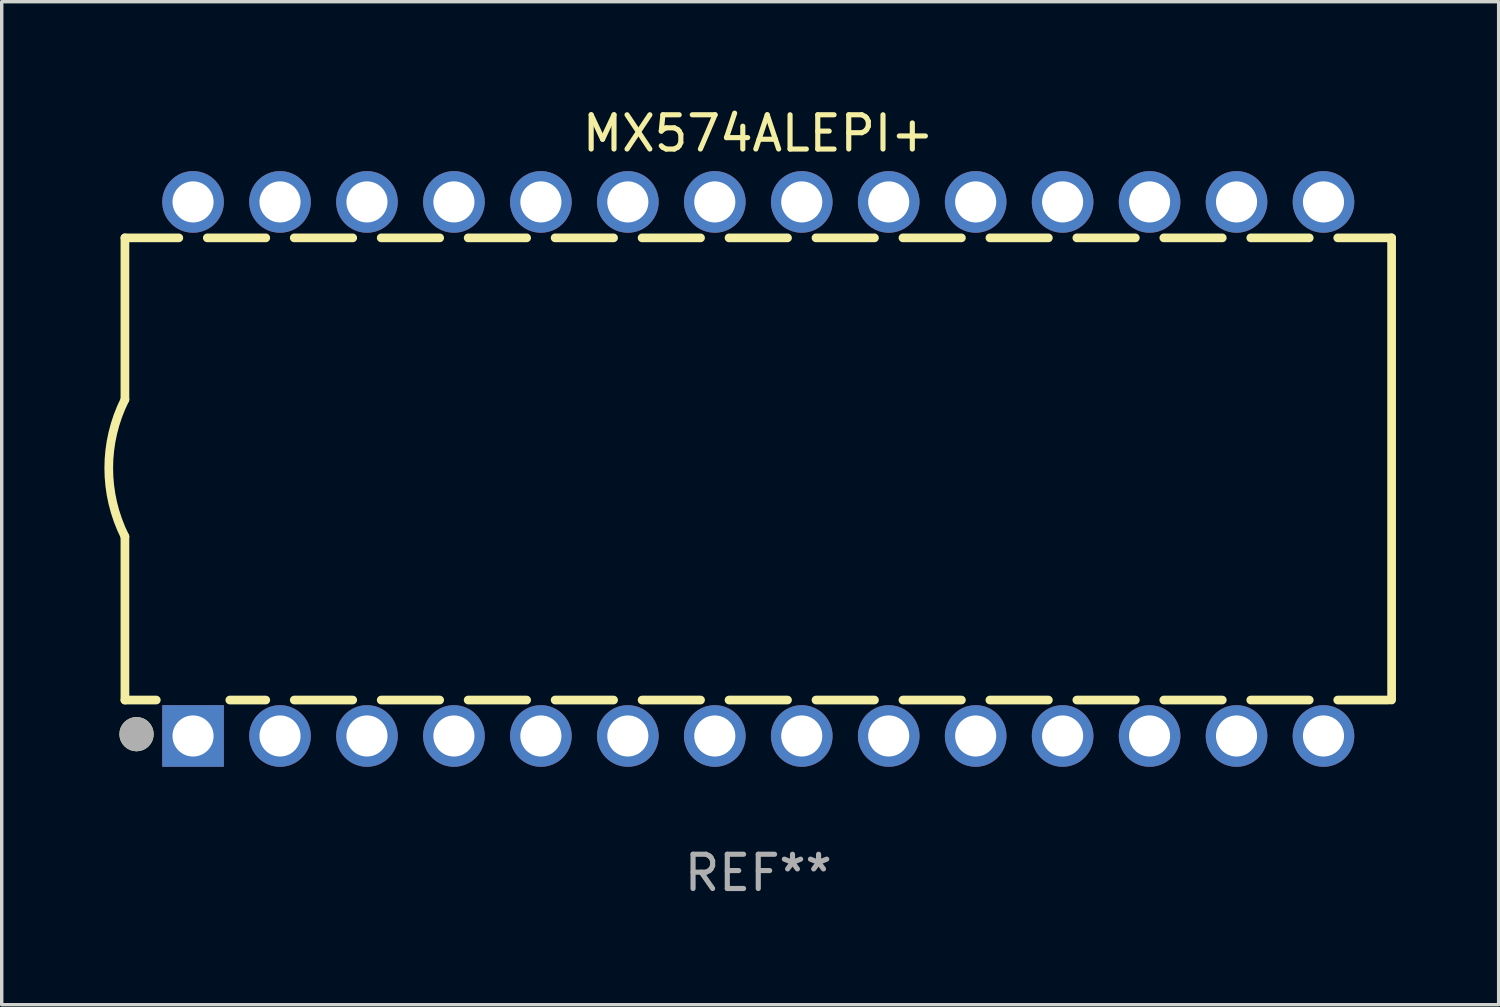
<source format=kicad_pcb>
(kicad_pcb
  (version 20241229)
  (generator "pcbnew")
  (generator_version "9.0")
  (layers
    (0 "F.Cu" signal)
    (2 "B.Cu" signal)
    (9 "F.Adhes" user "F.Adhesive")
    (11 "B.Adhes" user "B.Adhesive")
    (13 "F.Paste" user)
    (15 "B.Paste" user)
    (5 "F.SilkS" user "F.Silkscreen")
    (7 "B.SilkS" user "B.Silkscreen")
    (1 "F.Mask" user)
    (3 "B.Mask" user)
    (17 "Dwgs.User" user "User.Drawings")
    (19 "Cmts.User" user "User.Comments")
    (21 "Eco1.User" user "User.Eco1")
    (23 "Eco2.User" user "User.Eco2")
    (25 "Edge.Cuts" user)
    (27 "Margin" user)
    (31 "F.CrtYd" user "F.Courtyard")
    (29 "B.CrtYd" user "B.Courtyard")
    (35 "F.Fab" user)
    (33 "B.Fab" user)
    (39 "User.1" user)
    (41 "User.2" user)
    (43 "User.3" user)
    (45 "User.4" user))
  (footprint "MX574ALEPI+"
    (layer "F.Cu")
    (at 19.099 10.648)
    (property "Reference" "MX574ALEPI+" (at 0 -9.8 0) (layer "F.SilkS") (effects (font (size 1 1) (thickness 0.15))))
    (attr through_hole)
    (fp_line (start -18.5 -6.75) (end -18.5 -2.026) (stroke (width 0.254) (type solid)) (layer "F.SilkS"))
    (fp_line (start -18.5 -6.75) (end -16.926 -6.75) (stroke (width 0.254) (type solid)) (layer "F.SilkS"))
    (fp_line (start -18.5 6.75) (end -18.5 1.974) (stroke (width 0.254) (type solid)) (layer "F.SilkS"))
    (fp_line (start -18.5 6.75) (end -17.584 6.75) (stroke (width 0.254) (type solid)) (layer "F.SilkS"))
    (fp_line (start -16.094 -6.75) (end -14.386 -6.75) (stroke (width 0.254) (type solid)) (layer "F.SilkS"))
    (fp_line (start -15.436 6.75) (end -14.386 6.75) (stroke (width 0.254) (type solid)) (layer "F.SilkS"))
    (fp_line (start -13.554 -6.75) (end -11.846 -6.75) (stroke (width 0.254) (type solid)) (layer "F.SilkS"))
    (fp_line (start -13.554 6.75) (end -11.846 6.75) (stroke (width 0.254) (type solid)) (layer "F.SilkS"))
    (fp_line (start -11.014 -6.75) (end -9.306 -6.75) (stroke (width 0.254) (type solid)) (layer "F.SilkS"))
    (fp_line (start -11.014 6.75) (end -9.306 6.75) (stroke (width 0.254) (type solid)) (layer "F.SilkS"))
    (fp_line (start -8.474 -6.75) (end -6.766 -6.75) (stroke (width 0.254) (type solid)) (layer "F.SilkS"))
    (fp_line (start -8.474 6.75) (end -6.766 6.75) (stroke (width 0.254) (type solid)) (layer "F.SilkS"))
    (fp_line (start -5.934 -6.75) (end -4.226 -6.75) (stroke (width 0.254) (type solid)) (layer "F.SilkS"))
    (fp_line (start -5.934 6.75) (end -4.226 6.75) (stroke (width 0.254) (type solid)) (layer "F.SilkS"))
    (fp_line (start -3.394 -6.75) (end -1.686 -6.75) (stroke (width 0.254) (type solid)) (layer "F.SilkS"))
    (fp_line (start -3.394 6.75) (end -1.686 6.75) (stroke (width 0.254) (type solid)) (layer "F.SilkS"))
    (fp_line (start -0.854 -6.75) (end 0.854 -6.75) (stroke (width 0.254) (type solid)) (layer "F.SilkS"))
    (fp_line (start -0.854 6.75) (end 0.854 6.75) (stroke (width 0.254) (type solid)) (layer "F.SilkS"))
    (fp_line (start 1.686 -6.75) (end 3.394 -6.75) (stroke (width 0.254) (type solid)) (layer "F.SilkS"))
    (fp_line (start 1.686 6.75) (end 3.394 6.75) (stroke (width 0.254) (type solid)) (layer "F.SilkS"))
    (fp_line (start 4.226 -6.75) (end 5.934 -6.75) (stroke (width 0.254) (type solid)) (layer "F.SilkS"))
    (fp_line (start 4.226 6.75) (end 5.934 6.75) (stroke (width 0.254) (type solid)) (layer "F.SilkS"))
    (fp_line (start 6.766 -6.75) (end 8.474 -6.75) (stroke (width 0.254) (type solid)) (layer "F.SilkS"))
    (fp_line (start 6.766 6.75) (end 8.474 6.75) (stroke (width 0.254) (type solid)) (layer "F.SilkS"))
    (fp_line (start 9.306 -6.75) (end 11.014 -6.75) (stroke (width 0.254) (type solid)) (layer "F.SilkS"))
    (fp_line (start 9.306 6.75) (end 11.014 6.75) (stroke (width 0.254) (type solid)) (layer "F.SilkS"))
    (fp_line (start 11.846 -6.75) (end 13.554 -6.75) (stroke (width 0.254) (type solid)) (layer "F.SilkS"))
    (fp_line (start 11.846 6.75) (end 13.554 6.75) (stroke (width 0.254) (type solid)) (layer "F.SilkS"))
    (fp_line (start 14.386 -6.75) (end 16.094 -6.75) (stroke (width 0.254) (type solid)) (layer "F.SilkS"))
    (fp_line (start 14.386 6.75) (end 16.094 6.75) (stroke (width 0.254) (type solid)) (layer "F.SilkS"))
    (fp_line (start 16.926 -6.75) (end 18.5 -6.75) (stroke (width 0.254) (type solid)) (layer "F.SilkS"))
    (fp_line (start 16.926 6.75) (end 18.415 6.75) (stroke (width 0.254) (type solid)) (layer "F.SilkS"))
    (fp_line (start 18.5 6.75) (end 18.5 -6.75) (stroke (width 0.254) (type solid)) (layer "F.SilkS"))
    (fp_arc (start -18.500051 1.974384) (mid -18.972187 -0.025616) (end -18.500051 -2.025616) (stroke (width 0.254001) (type solid)) (layer "F.SilkS"))
    (fp_circle (center -18.5 7.8) (end -18.47 7.8) (stroke (width 0.06) (type solid)) (fill no) (layer "F.SilkS"))
    (fp_circle (center -18.161 7.747) (end -17.911 7.747) (stroke (width 0.5) (type solid)) (fill no) (layer "F.SilkS"))
    (fp_circle (center -18.161 7.747) (end -17.911 7.747) (stroke (width 0.5) (type solid)) (fill no) (layer "F.Fab"))
    (fp_text user "REF**" (at 0 11.8 0) (layer "F.Fab") (effects (font (size 1 1) (thickness 0.15))))
    (pad "1" thru_hole rect (at -16.51 7.8) (size 1.8 1.8) (drill 1.2) (layers "*.Cu" "*.Mask"))
    (pad "2" thru_hole circle (at -13.97 7.8) (size 1.8 1.8) (drill 1.2) (layers "*.Cu" "*.Mask"))
    (pad "3" thru_hole circle (at -11.43 7.8) (size 1.8 1.8) (drill 1.2) (layers "*.Cu" "*.Mask"))
    (pad "4" thru_hole circle (at -8.89 7.8) (size 1.8 1.8) (drill 1.2) (layers "*.Cu" "*.Mask"))
    (pad "5" thru_hole circle (at -6.35 7.8) (size 1.8 1.8) (drill 1.2) (layers "*.Cu" "*.Mask"))
    (pad "6" thru_hole circle (at -3.81 7.8) (size 1.8 1.8) (drill 1.2) (layers "*.Cu" "*.Mask"))
    (pad "7" thru_hole circle (at -1.27 7.8) (size 1.8 1.8) (drill 1.2) (layers "*.Cu" "*.Mask"))
    (pad "8" thru_hole circle (at 1.27 7.8) (size 1.8 1.8) (drill 1.2) (layers "*.Cu" "*.Mask"))
    (pad "9" thru_hole circle (at 3.81 7.8) (size 1.8 1.8) (drill 1.2) (layers "*.Cu" "*.Mask"))
    (pad "10" thru_hole circle (at 6.35 7.8) (size 1.8 1.8) (drill 1.2) (layers "*.Cu" "*.Mask"))
    (pad "11" thru_hole circle (at 8.89 7.8) (size 1.8 1.8) (drill 1.2) (layers "*.Cu" "*.Mask"))
    (pad "12" thru_hole circle (at 11.43 7.8) (size 1.8 1.8) (drill 1.2) (layers "*.Cu" "*.Mask"))
    (pad "13" thru_hole circle (at 13.97 7.8) (size 1.8 1.8) (drill 1.2) (layers "*.Cu" "*.Mask"))
    (pad "14" thru_hole circle (at 16.51 7.8) (size 1.8 1.8) (drill 1.2) (layers "*.Cu" "*.Mask"))
    (pad "15" thru_hole circle (at 16.51 -7.8) (size 1.8 1.8) (drill 1.2) (layers "*.Cu" "*.Mask"))
    (pad "16" thru_hole circle (at 13.97 -7.8) (size 1.8 1.8) (drill 1.2) (layers "*.Cu" "*.Mask"))
    (pad "17" thru_hole circle (at 11.43 -7.8) (size 1.8 1.8) (drill 1.2) (layers "*.Cu" "*.Mask"))
    (pad "18" thru_hole circle (at 8.89 -7.8) (size 1.8 1.8) (drill 1.2) (layers "*.Cu" "*.Mask"))
    (pad "19" thru_hole circle (at 6.35 -7.8) (size 1.8 1.8) (drill 1.2) (layers "*.Cu" "*.Mask"))
    (pad "20" thru_hole circle (at 3.81 -7.8) (size 1.8 1.8) (drill 1.2) (layers "*.Cu" "*.Mask"))
    (pad "21" thru_hole circle (at 1.27 -7.8) (size 1.8 1.8) (drill 1.2) (layers "*.Cu" "*.Mask"))
    (pad "22" thru_hole circle (at -1.27 -7.8) (size 1.8 1.8) (drill 1.2) (layers "*.Cu" "*.Mask"))
    (pad "23" thru_hole circle (at -3.81 -7.8) (size 1.8 1.8) (drill 1.2) (layers "*.Cu" "*.Mask"))
    (pad "24" thru_hole circle (at -6.35 -7.8) (size 1.8 1.8) (drill 1.2) (layers "*.Cu" "*.Mask"))
    (pad "25" thru_hole circle (at -8.89 -7.8) (size 1.8 1.8) (drill 1.2) (layers "*.Cu" "*.Mask"))
    (pad "26" thru_hole circle (at -11.43 -7.8) (size 1.8 1.8) (drill 1.2) (layers "*.Cu" "*.Mask"))
    (pad "27" thru_hole circle (at -13.97 -7.8) (size 1.8 1.8) (drill 1.2) (layers "*.Cu" "*.Mask"))
    (pad "28" thru_hole circle (at -16.51 -7.8) (size 1.8 1.8) (drill 1.2) (layers "*.Cu" "*.Mask")))
  (gr_rect
    (start -3 -3)
    (end 40.726 26.297)
    (stroke (width 0.1) (type default))
    (fill no)
    (layer "Edge.Cuts")))
</source>
